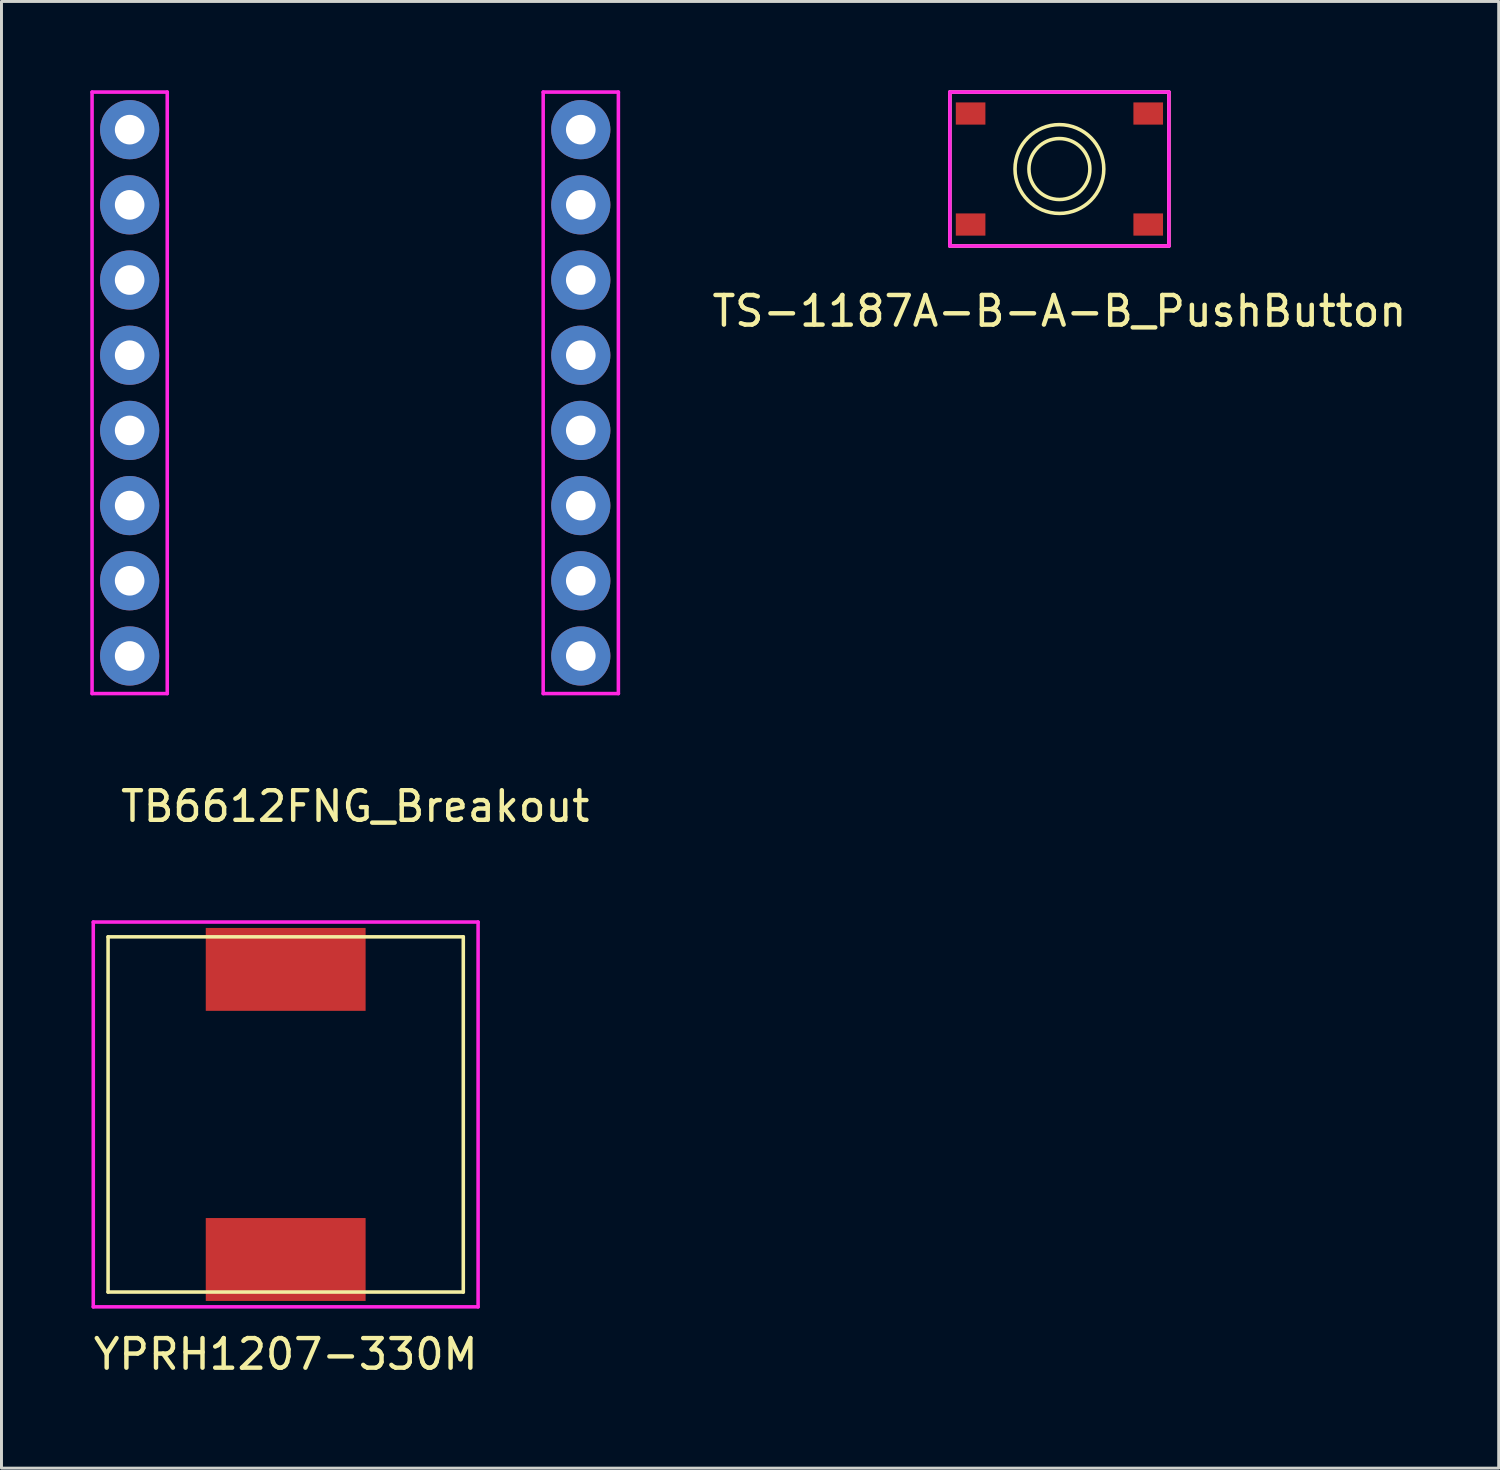
<source format=kicad_pcb>
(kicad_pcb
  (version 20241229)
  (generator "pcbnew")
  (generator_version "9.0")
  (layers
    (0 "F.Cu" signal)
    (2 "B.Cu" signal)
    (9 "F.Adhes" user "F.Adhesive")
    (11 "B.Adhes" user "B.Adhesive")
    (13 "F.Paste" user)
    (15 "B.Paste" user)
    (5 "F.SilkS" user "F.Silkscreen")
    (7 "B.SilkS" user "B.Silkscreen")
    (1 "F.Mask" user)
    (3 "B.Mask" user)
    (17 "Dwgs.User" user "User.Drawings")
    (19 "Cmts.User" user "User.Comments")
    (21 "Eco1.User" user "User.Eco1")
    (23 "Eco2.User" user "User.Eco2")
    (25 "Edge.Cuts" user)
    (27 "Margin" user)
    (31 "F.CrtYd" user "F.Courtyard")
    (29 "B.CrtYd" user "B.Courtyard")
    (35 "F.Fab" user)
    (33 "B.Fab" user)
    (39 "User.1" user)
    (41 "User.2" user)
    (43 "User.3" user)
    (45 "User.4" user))
  (footprint "TS-1187A-B-A-B_PushButton"
    (layer "F.Cu")
    (at 32.739 2.66)
    (property "Reference" "TS-1187A-B-A-B_PushButton" (at 0 4.8 0) (layer "F.SilkS") (effects (font (size 1 1) (thickness 0.15))))
    (attr smd)
    (fp_line (start -3.7 -2.6) (end 3.7 -2.6) (stroke (width 0.12) (type solid)) (layer "F.SilkS"))
    (fp_line (start -3.7 2.6) (end -3.7 -2.6) (stroke (width 0.12) (type solid)) (layer "F.SilkS"))
    (fp_line (start 3.7 -2.6) (end 3.7 2.6) (stroke (width 0.12) (type solid)) (layer "F.SilkS"))
    (fp_line (start 3.7 2.6) (end -3.7 2.6) (stroke (width 0.12) (type solid)) (layer "F.SilkS"))
    (fp_circle (center 0 0) (end 0.9 0.5) (stroke (width 0.12) (type solid)) (fill no) (layer "F.SilkS"))
    (fp_circle (center 0 0) (end 1.2 0.9) (stroke (width 0.12) (type solid)) (fill no) (layer "F.SilkS"))
    (fp_line (start -3.7 -2.6) (end -3.7 2.6) (stroke (width 0.12) (type solid)) (layer "F.CrtYd"))
    (fp_line (start -3.7 2.6) (end 3.7 2.6) (stroke (width 0.12) (type solid)) (layer "F.CrtYd"))
    (fp_line (start 3.7 -2.6) (end -3.7 -2.6) (stroke (width 0.12) (type solid)) (layer "F.CrtYd"))
    (fp_line (start 3.7 2.6) (end 3.7 -2.6) (stroke (width 0.12) (type solid)) (layer "F.CrtYd"))
    (pad "1" smd rect (at -3 1.875) (size 1 0.75) (layers "F.Cu" "F.Mask" "F.Paste"))
    (pad "1" smd rect (at 3 1.875) (size 1 0.75) (layers "F.Cu" "F.Mask" "F.Paste"))
    (pad "2" smd rect (at -3 -1.875) (size 1 0.75) (layers "F.Cu" "F.Mask" "F.Paste"))
    (pad "2" smd rect (at 3 -1.875) (size 1 0.75) (layers "F.Cu" "F.Mask" "F.Paste")))
  (footprint "TB6612FNG_Breakout"
    (layer "F.Cu")
    (at 1.33 1.33)
    (property "Reference" "TB6612FNG_Breakout" (at 7.62 22.86 0) (layer "F.SilkS") (effects (font (size 1 1) (thickness 0.15))))
    (attr through_hole)
    (fp_line (start -1.27 -1.27) (end 1.27 -1.27) (stroke (width 0.12) (type solid)) (layer "F.CrtYd"))
    (fp_line (start -1.27 19.05) (end -1.27 -1.27) (stroke (width 0.12) (type solid)) (layer "F.CrtYd"))
    (fp_line (start 1.27 -1.27) (end 1.27 19.05) (stroke (width 0.12) (type solid)) (layer "F.CrtYd"))
    (fp_line (start 1.27 19.05) (end -1.27 19.05) (stroke (width 0.12) (type solid)) (layer "F.CrtYd"))
    (fp_line (start 13.97 -1.27) (end 16.51 -1.27) (stroke (width 0.12) (type solid)) (layer "F.CrtYd"))
    (fp_line (start 13.97 19.05) (end 13.97 -1.27) (stroke (width 0.12) (type solid)) (layer "F.CrtYd"))
    (fp_line (start 16.51 -1.27) (end 16.51 19.05) (stroke (width 0.12) (type solid)) (layer "F.CrtYd"))
    (fp_line (start 16.51 19.05) (end 13.97 19.05) (stroke (width 0.12) (type solid)) (layer "F.CrtYd"))
    (pad "1" thru_hole circle (at 0 0) (size 2 2) (drill 1) (layers "*.Cu" "*.Mask"))
    (pad "2" thru_hole circle (at 0 2.54) (size 2 2) (drill 1) (layers "*.Cu" "*.Mask"))
    (pad "3" thru_hole circle (at 0 5.08) (size 2 2) (drill 1) (layers "*.Cu" "*.Mask"))
    (pad "4" thru_hole circle (at 0 7.62) (size 2 2) (drill 1) (layers "*.Cu" "*.Mask"))
    (pad "5" thru_hole circle (at 0 10.16) (size 2 2) (drill 1) (layers "*.Cu" "*.Mask"))
    (pad "6" thru_hole circle (at 0 12.7) (size 2 2) (drill 1) (layers "*.Cu" "*.Mask"))
    (pad "7" thru_hole circle (at 0 15.24) (size 2 2) (drill 1) (layers "*.Cu" "*.Mask"))
    (pad "8" thru_hole circle (at 0 17.78) (size 2 2) (drill 1) (layers "*.Cu" "*.Mask"))
    (pad "9" thru_hole circle (at 15.24 0) (size 2 2) (drill 1) (layers "*.Cu" "*.Mask"))
    (pad "10" thru_hole circle (at 15.24 2.54) (size 2 2) (drill 1) (layers "*.Cu" "*.Mask"))
    (pad "11" thru_hole circle (at 15.24 5.08) (size 2 2) (drill 1) (layers "*.Cu" "*.Mask"))
    (pad "12" thru_hole circle (at 15.24 7.62) (size 2 2) (drill 1) (layers "*.Cu" "*.Mask"))
    (pad "13" thru_hole circle (at 15.24 10.16) (size 2 2) (drill 1) (layers "*.Cu" "*.Mask"))
    (pad "14" thru_hole circle (at 15.24 12.7) (size 2 2) (drill 1) (layers "*.Cu" "*.Mask"))
    (pad "15" thru_hole circle (at 15.24 15.24) (size 2 2) (drill 1) (layers "*.Cu" "*.Mask"))
    (pad "16" thru_hole circle (at 15.24 17.78) (size 2 2) (drill 1) (layers "*.Cu" "*.Mask")))
  (footprint "YPRH1207-330M"
    (layer "F.Cu")
    (at 6.601 34.598)
    (property "Reference" "YPRH1207-330M" (at 0 8.1 0) (layer "F.SilkS") (effects (font (size 1 1) (thickness 0.15))))
    (attr through_hole)
    (fp_line (start -6 -6) (end 6 -6) (stroke (width 0.12) (type solid)) (layer "F.SilkS"))
    (fp_line (start -6 6) (end -6 -6) (stroke (width 0.12) (type solid)) (layer "F.SilkS"))
    (fp_line (start 6 -6) (end 6 6) (stroke (width 0.12) (type solid)) (layer "F.SilkS"))
    (fp_line (start 6 6) (end -6 6) (stroke (width 0.12) (type solid)) (layer "F.SilkS"))
    (fp_line (start -6.5 -6.5) (end 6.5 -6.5) (stroke (width 0.12) (type solid)) (layer "F.CrtYd"))
    (fp_line (start -6.5 6.5) (end -6.5 -6.5) (stroke (width 0.12) (type solid)) (layer "F.CrtYd"))
    (fp_line (start 6.5 -6.5) (end 6.5 6.5) (stroke (width 0.12) (type solid)) (layer "F.CrtYd"))
    (fp_line (start 6.5 6.5) (end -6.5 6.5) (stroke (width 0.12) (type solid)) (layer "F.CrtYd"))
    (pad "1" smd rect (at 0 -4.9) (size 5.4 2.8) (layers "F.Cu" "F.Mask" "F.Paste"))
    (pad "2" smd rect (at 0 4.9) (size 5.4 2.8) (layers "F.Cu" "F.Mask" "F.Paste")))
  (gr_rect
    (start -3 -3)
    (end 47.579 46.547)
    (stroke (width 0.1) (type default))
    (fill no)
    (layer "Edge.Cuts")))
</source>
